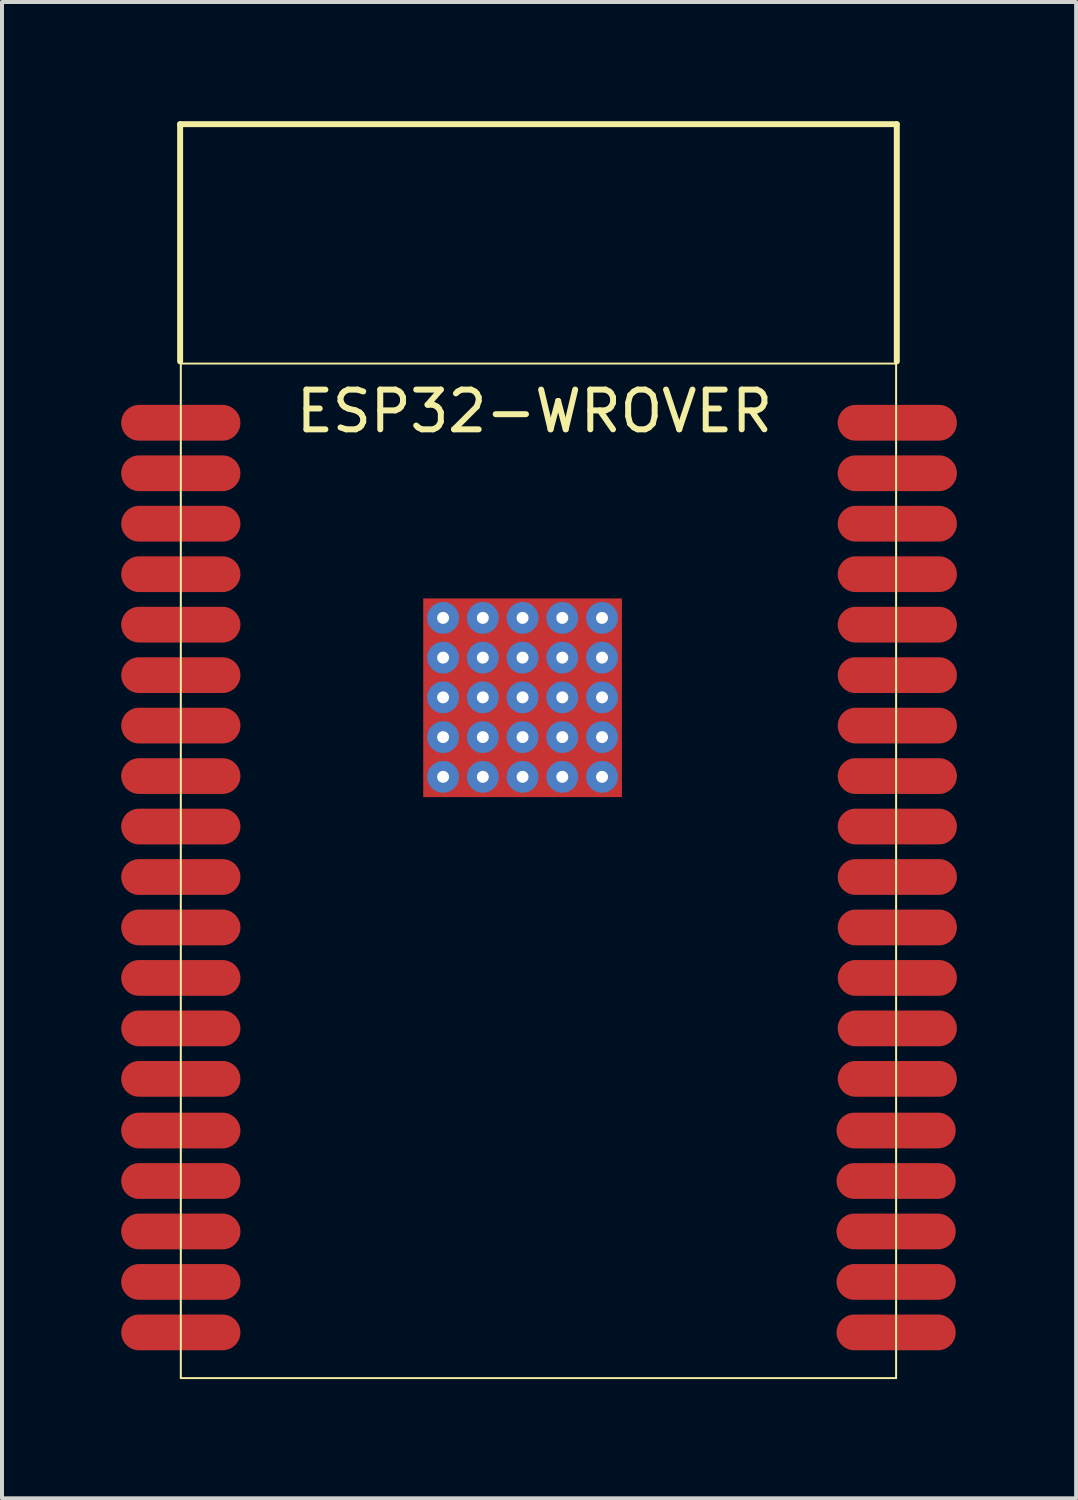
<source format=kicad_pcb>
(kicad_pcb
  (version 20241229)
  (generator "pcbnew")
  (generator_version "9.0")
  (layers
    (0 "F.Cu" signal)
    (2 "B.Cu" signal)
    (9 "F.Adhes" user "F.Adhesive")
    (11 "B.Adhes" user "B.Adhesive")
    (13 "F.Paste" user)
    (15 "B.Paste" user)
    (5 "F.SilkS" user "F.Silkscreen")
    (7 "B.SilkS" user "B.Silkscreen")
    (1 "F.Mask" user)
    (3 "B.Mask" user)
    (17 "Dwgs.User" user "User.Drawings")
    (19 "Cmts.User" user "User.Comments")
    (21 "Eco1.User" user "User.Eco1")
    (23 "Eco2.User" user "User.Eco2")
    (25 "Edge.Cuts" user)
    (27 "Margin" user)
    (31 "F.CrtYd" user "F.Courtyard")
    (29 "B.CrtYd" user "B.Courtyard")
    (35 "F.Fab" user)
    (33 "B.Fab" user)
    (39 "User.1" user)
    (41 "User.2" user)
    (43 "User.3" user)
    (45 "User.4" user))
  (footprint "ESP32-WROVER"
    (layer "F.Cu")
    (at 10.5 6.679)
    (property "Reference" "ESP32-WROVER" (at -0.1 0.62 0) (layer "F.SilkS") (effects (font (size 1 1) (thickness 0.15))))
    (attr smd)
    (fp_line (start -9.017 -0.635) (end -9.017 -6.604) (stroke (width 0.15) (type solid)) (layer "F.SilkS"))
    (fp_line (start -9 -0.58) (end 9 -0.58) (stroke (width 0.05) (type solid)) (layer "F.SilkS"))
    (fp_line (start -9 24.95) (end -9 -0.58) (stroke (width 0.05) (type solid)) (layer "F.SilkS"))
    (fp_line (start 9 -0.58) (end 9 24.95) (stroke (width 0.05) (type solid)) (layer "F.SilkS"))
    (fp_line (start 9 24.95) (end -9 24.95) (stroke (width 0.05) (type solid)) (layer "F.SilkS"))
    (fp_line (start 9.017 -6.604) (end -9.017 -6.604) (stroke (width 0.15) (type solid)) (layer "F.SilkS"))
    (fp_line (start 9.017 -0.635) (end 9.017 -6.604) (stroke (width 0.15) (type solid)) (layer "F.SilkS"))
    (pad "1" smd oval (at -9 0.91) (size 3 0.9) (layers "F.Cu" "F.Mask" "F.Paste"))
    (pad "2" smd oval (at -9 2.18) (size 3 0.9) (layers "F.Cu" "F.Mask" "F.Paste"))
    (pad "3" smd oval (at -9 3.45) (size 3 0.9) (layers "F.Cu" "F.Mask" "F.Paste"))
    (pad "4" smd oval (at -9 4.72) (size 3 0.9) (layers "F.Cu" "F.Mask" "F.Paste"))
    (pad "5" smd oval (at -9 5.99) (size 3 0.9) (layers "F.Cu" "F.Mask" "F.Paste"))
    (pad "6" smd oval (at -9 7.26) (size 3 0.9) (layers "F.Cu" "F.Mask" "F.Paste"))
    (pad "7" smd oval (at -9 8.53) (size 3 0.9) (layers "F.Cu" "F.Mask" "F.Paste"))
    (pad "8" smd oval (at -9 9.8) (size 3 0.9) (layers "F.Cu" "F.Mask" "F.Paste"))
    (pad "9" smd oval (at -9 11.07) (size 3 0.9) (layers "F.Cu" "F.Mask" "F.Paste"))
    (pad "10" smd oval (at -9 12.34) (size 3 0.9) (layers "F.Cu" "F.Mask" "F.Paste"))
    (pad "11" smd oval (at -9 13.61) (size 3 0.9) (layers "F.Cu" "F.Mask" "F.Paste"))
    (pad "12" smd oval (at -9 14.88) (size 3 0.9) (layers "F.Cu" "F.Mask" "F.Paste"))
    (pad "13" smd oval (at -9 16.15) (size 3 0.9) (layers "F.Cu" "F.Mask" "F.Paste"))
    (pad "14" smd oval (at -9 17.42) (size 3 0.9) (layers "F.Cu" "F.Mask" "F.Paste"))
    (pad "15" smd oval (at -9 18.72) (size 3 0.9) (layers "F.Cu" "F.Mask" "F.Paste"))
    (pad "16" smd oval (at -9 19.99) (size 3 0.9) (layers "F.Cu" "F.Mask" "F.Paste"))
    (pad "17" smd oval (at -9 21.26) (size 3 0.9) (layers "F.Cu" "F.Mask" "F.Paste"))
    (pad "18" smd oval (at -9 22.53) (size 3 0.9) (layers "F.Cu" "F.Mask" "F.Paste"))
    (pad "19" smd oval (at -9 23.8) (size 3 0.9) (layers "F.Cu" "F.Mask" "F.Paste"))
    (pad "20" smd oval (at 9 23.8) (size 3 0.9) (layers "F.Cu" "F.Mask" "F.Paste"))
    (pad "21" smd oval (at 9 22.53) (size 3 0.9) (layers "F.Cu" "F.Mask" "F.Paste"))
    (pad "22" smd oval (at 9 21.26) (size 3 0.9) (layers "F.Cu" "F.Mask" "F.Paste"))
    (pad "23" smd oval (at 9 19.99) (size 3 0.9) (layers "F.Cu" "F.Mask" "F.Paste"))
    (pad "24" smd oval (at 9 18.72) (size 3 0.9) (layers "F.Cu" "F.Mask" "F.Paste"))
    (pad "25" smd oval (at 9.03 17.42) (size 3 0.9) (layers "F.Cu" "F.Mask" "F.Paste"))
    (pad "26" smd oval (at 9.03 16.15) (size 3 0.9) (layers "F.Cu" "F.Mask" "F.Paste"))
    (pad "27" smd oval (at 9.03 14.88) (size 3 0.9) (layers "F.Cu" "F.Mask" "F.Paste"))
    (pad "28" smd oval (at 9.03 13.61) (size 3 0.9) (layers "F.Cu" "F.Mask" "F.Paste"))
    (pad "29" smd oval (at 9.03 12.34) (size 3 0.9) (layers "F.Cu" "F.Mask" "F.Paste"))
    (pad "30" smd oval (at 9.03 11.07) (size 3 0.9) (layers "F.Cu" "F.Mask" "F.Paste"))
    (pad "31" smd oval (at 9.03 9.8) (size 3 0.9) (layers "F.Cu" "F.Mask" "F.Paste"))
    (pad "32" smd oval (at 9.03 8.53) (size 3 0.9) (layers "F.Cu" "F.Mask" "F.Paste"))
    (pad "33" smd oval (at 9.03 7.26) (size 3 0.9) (layers "F.Cu" "F.Mask" "F.Paste"))
    (pad "34" smd oval (at 9.03 5.99) (size 3 0.9) (layers "F.Cu" "F.Mask" "F.Paste"))
    (pad "35" smd oval (at 9.03 4.72) (size 3 0.9) (layers "F.Cu" "F.Mask" "F.Paste"))
    (pad "36" smd oval (at 9.03 3.45) (size 3 0.9) (layers "F.Cu" "F.Mask" "F.Paste"))
    (pad "37" smd oval (at 9.03 2.18) (size 3 0.9) (layers "F.Cu" "F.Mask" "F.Paste"))
    (pad "38" smd oval (at 9.03 0.91) (size 3 0.9) (layers "F.Cu" "F.Mask" "F.Paste"))
    (pad "39" thru_hole circle (at -2.4 5.82) (size 0.8 0.8) (drill 0.3) (layers "*.Cu" "*.Mask"))
    (pad "39" thru_hole circle (at -2.4 6.82) (size 0.8 0.8) (drill 0.3) (layers "*.Cu" "*.Mask"))
    (pad "39" thru_hole circle (at -2.4 7.82) (size 0.8 0.8) (drill 0.3) (layers "*.Cu" "*.Mask"))
    (pad "39" thru_hole circle (at -2.4 8.82) (size 0.8 0.8) (drill 0.3) (layers "*.Cu" "*.Mask"))
    (pad "39" thru_hole circle (at -2.4 9.82) (size 0.8 0.8) (drill 0.3) (layers "*.Cu" "*.Mask"))
    (pad "39" thru_hole circle (at -1.4 5.82) (size 0.8 0.8) (drill 0.3) (layers "*.Cu" "*.Mask"))
    (pad "39" thru_hole circle (at -1.4 6.82) (size 0.8 0.8) (drill 0.3) (layers "*.Cu" "*.Mask"))
    (pad "39" thru_hole circle (at -1.4 7.82) (size 0.8 0.8) (drill 0.3) (layers "*.Cu" "*.Mask"))
    (pad "39" thru_hole circle (at -1.4 8.82) (size 0.8 0.8) (drill 0.3) (layers "*.Cu" "*.Mask"))
    (pad "39" thru_hole circle (at -1.4 9.82) (size 0.8 0.8) (drill 0.3) (layers "*.Cu" "*.Mask"))
    (pad "39" thru_hole circle (at -0.4 5.82) (size 0.8 0.8) (drill 0.3) (layers "*.Cu" "*.Mask"))
    (pad "39" thru_hole circle (at -0.4 6.82) (size 0.8 0.8) (drill 0.3) (layers "*.Cu" "*.Mask"))
    (pad "39" thru_hole circle (at -0.4 7.82) (size 0.8 0.8) (drill 0.3) (layers "*.Cu" "*.Mask"))
    (pad "39" smd rect (at -0.4 7.83) (size 5 5) (layers "F.Cu" "F.Mask" "F.Paste"))
    (pad "39" thru_hole circle (at -0.4 8.82) (size 0.8 0.8) (drill 0.3) (layers "*.Cu" "*.Mask"))
    (pad "39" thru_hole circle (at -0.4 9.82) (size 0.8 0.8) (drill 0.3) (layers "*.Cu" "*.Mask"))
    (pad "39" thru_hole circle (at 0.6 5.82) (size 0.8 0.8) (drill 0.3) (layers "*.Cu" "*.Mask"))
    (pad "39" thru_hole circle (at 0.6 6.82) (size 0.8 0.8) (drill 0.3) (layers "*.Cu" "*.Mask"))
    (pad "39" thru_hole circle (at 0.6 7.82) (size 0.8 0.8) (drill 0.3) (layers "*.Cu" "*.Mask"))
    (pad "39" thru_hole circle (at 0.6 8.82) (size 0.8 0.8) (drill 0.3) (layers "*.Cu" "*.Mask"))
    (pad "39" thru_hole circle (at 0.6 9.82) (size 0.8 0.8) (drill 0.3) (layers "*.Cu" "*.Mask"))
    (pad "39" thru_hole circle (at 1.6 5.82) (size 0.8 0.8) (drill 0.3) (layers "*.Cu" "*.Mask"))
    (pad "39" thru_hole circle (at 1.6 6.82) (size 0.8 0.8) (drill 0.3) (layers "*.Cu" "*.Mask"))
    (pad "39" thru_hole circle (at 1.6 7.82) (size 0.8 0.8) (drill 0.3) (layers "*.Cu" "*.Mask"))
    (pad "39" thru_hole circle (at 1.6 8.82) (size 0.8 0.8) (drill 0.3) (layers "*.Cu" "*.Mask"))
    (pad "39" thru_hole circle (at 1.6 9.82) (size 0.8 0.8) (drill 0.3) (layers "*.Cu" "*.Mask")))
  (gr_rect
    (start -3 -3)
    (end 24.03 34.654)
    (stroke (width 0.1) (type default))
    (fill no)
    (layer "Edge.Cuts")))
</source>
